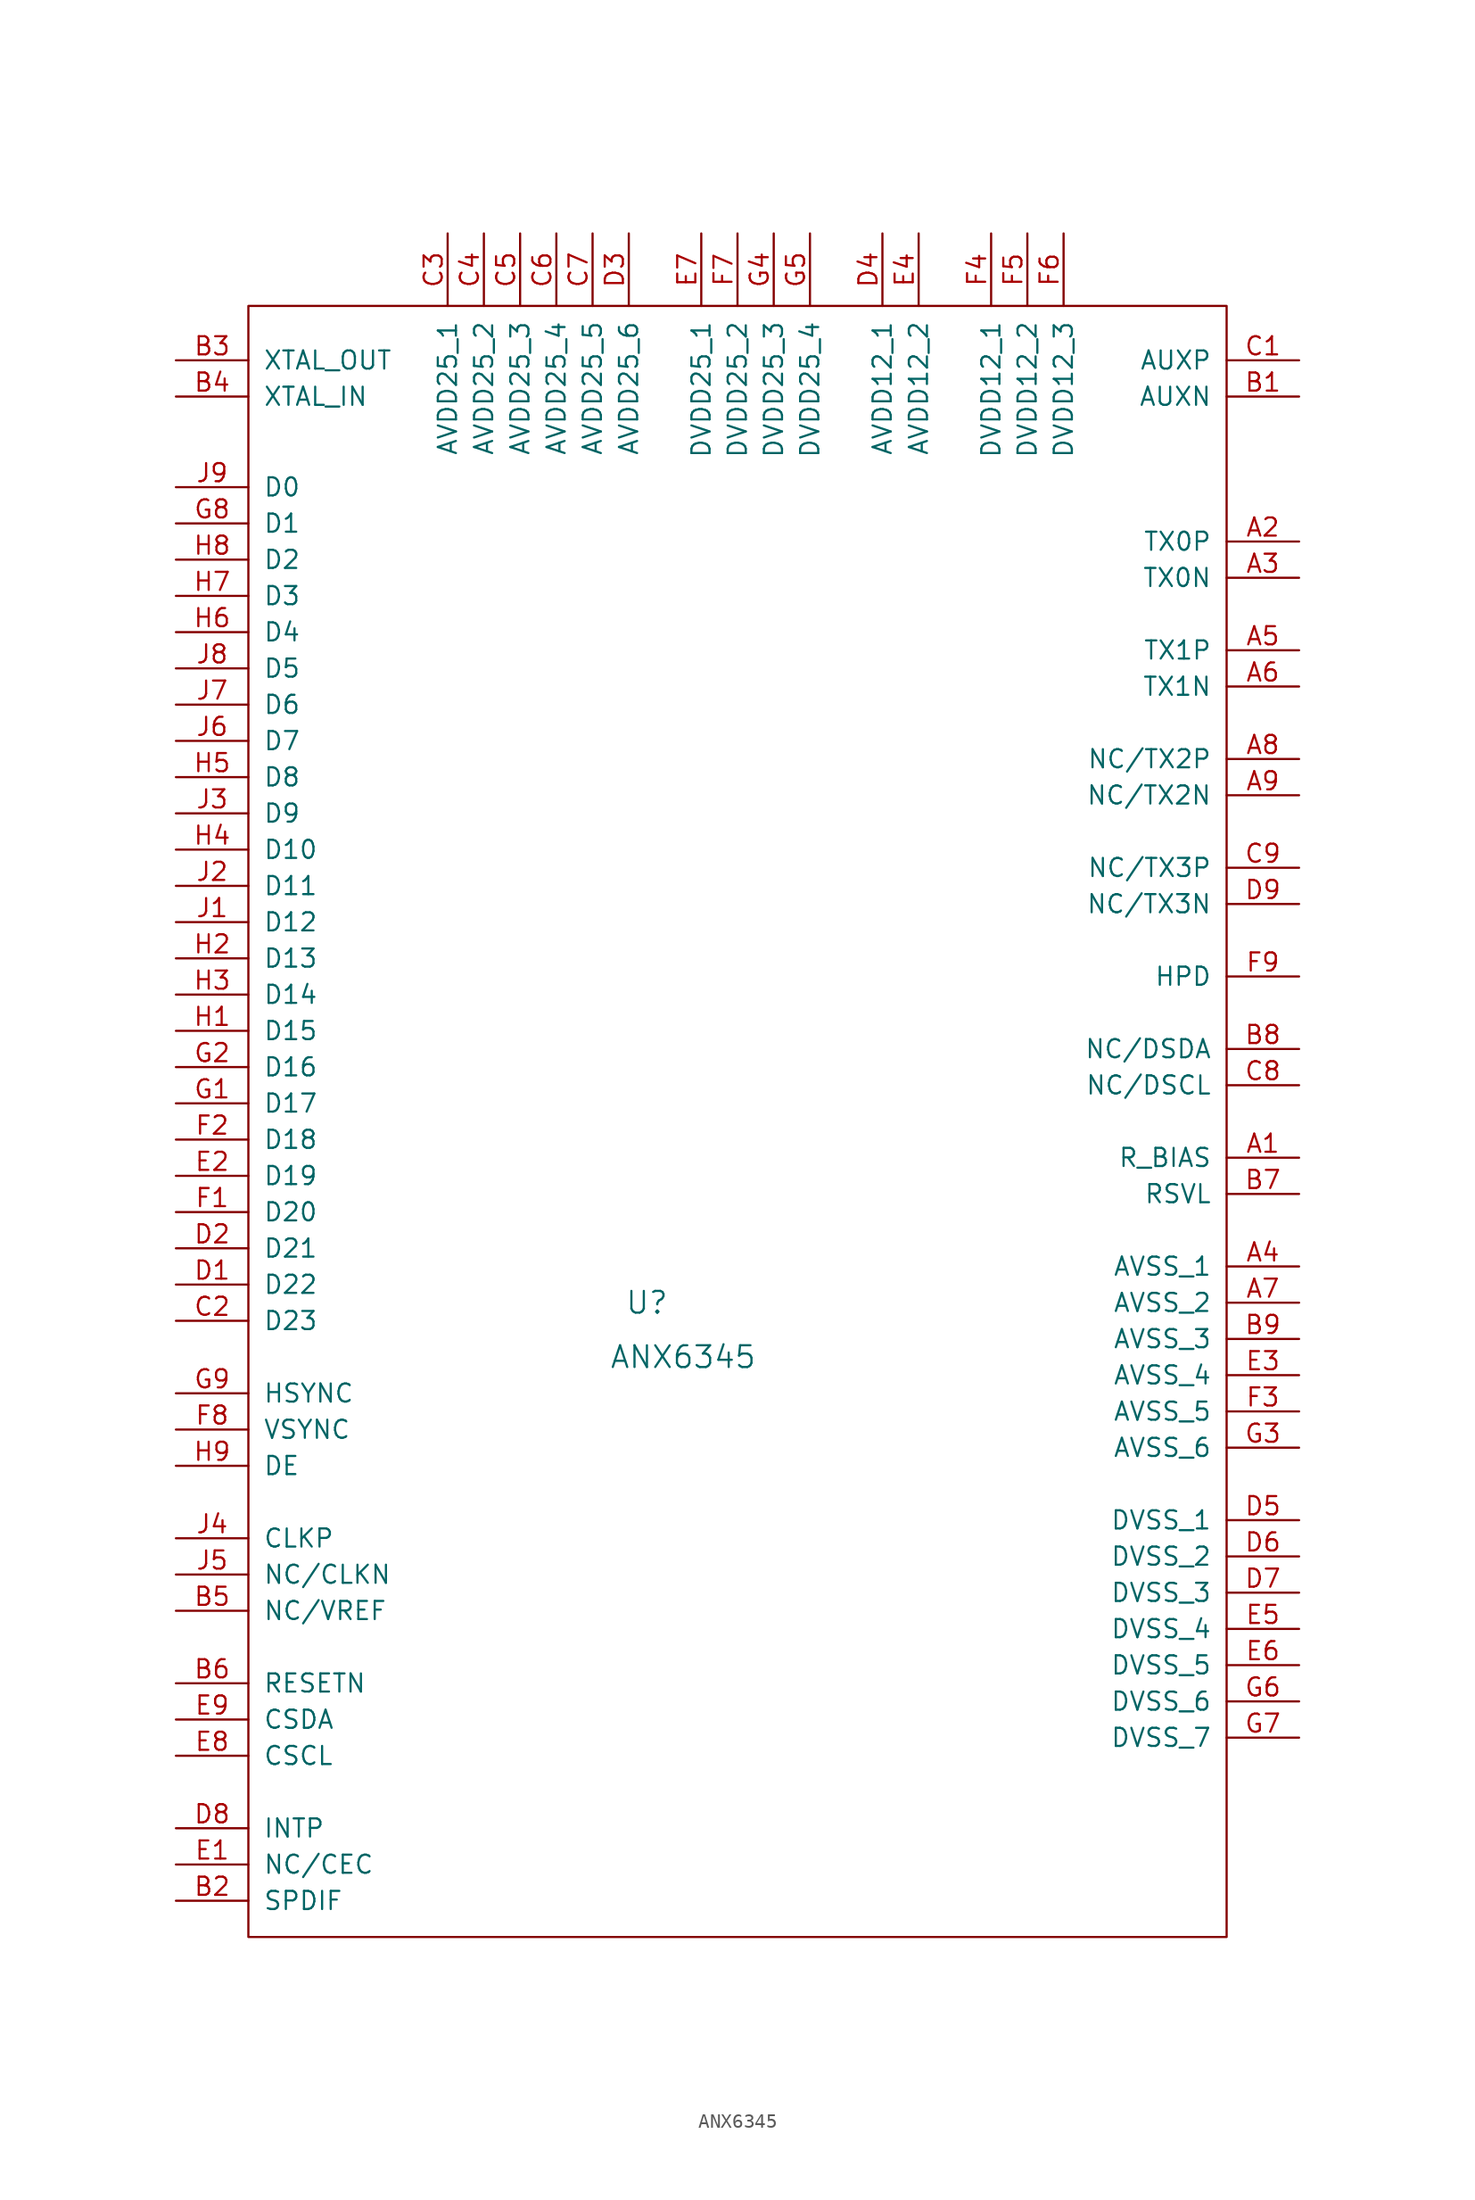
<source format=kicad_sym>
(kicad_symbol_lib
  (version 20220914)
  (generator kicad_symbol_editor)
  (symbol "ANX6345"
    (pin_names
      (offset 1.016))
    (property "Reference" "U"
      (at -6.35 -17.78 0)
      (effects (font (size 1.524 1.524))))
    (property "Value" "ANX6345"
      (at -3.81 -21.59 0)
      (effects (font (size 1.524 1.524))))
    (symbol "ANX6345_0_1"
      (rectangle (start -34.29 52.07) (end 34.29 -62.23) (stroke (width 0) (type solid)) (fill (type none))))
    (symbol "ANX6345_1_1"
      (pin bidirectional line (at 39.37 -7.62 180) (length 5.08) (name "R_BIAS" (effects (font (size 1.27 1.27)))) (number "A1" (effects (font (size 1.27 1.27)))))
      (pin output line (at 39.37 35.56 180) (length 5.08) (name "TX0P" (effects (font (size 1.27 1.27)))) (number "A2" (effects (font (size 1.27 1.27)))))
      (pin output line (at 39.37 33.02 180) (length 5.08) (name "TX0N" (effects (font (size 1.27 1.27)))) (number "A3" (effects (font (size 1.27 1.27)))))
      (pin power_in line (at 39.37 -15.24 180) (length 5.08) (name "AVSS_1" (effects (font (size 1.27 1.27)))) (number "A4" (effects (font (size 1.27 1.27)))))
      (pin output line (at 39.37 27.94 180) (length 5.08) (name "TX1P" (effects (font (size 1.27 1.27)))) (number "A5" (effects (font (size 1.27 1.27)))))
      (pin output line (at 39.37 25.4 180) (length 5.08) (name "TX1N" (effects (font (size 1.27 1.27)))) (number "A6" (effects (font (size 1.27 1.27)))))
      (pin power_in line (at 39.37 -17.78 180) (length 5.08) (name "AVSS_2" (effects (font (size 1.27 1.27)))) (number "A7" (effects (font (size 1.27 1.27)))))
      (pin output line (at 39.37 20.32 180) (length 5.08) (name "NC/TX2P" (effects (font (size 1.27 1.27)))) (number "A8" (effects (font (size 1.27 1.27)))))
      (pin output line (at 39.37 17.78 180) (length 5.08) (name "NC/TX2N" (effects (font (size 1.27 1.27)))) (number "A9" (effects (font (size 1.27 1.27)))))
      (pin bidirectional line (at 39.37 45.72 180) (length 5.08) (name "AUXN" (effects (font (size 1.27 1.27)))) (number "B1" (effects (font (size 1.27 1.27)))))
      (pin input line (at -39.37 -59.69 0) (length 5.08) (name "SPDIF" (effects (font (size 1.27 1.27)))) (number "B2" (effects (font (size 1.27 1.27)))))
      (pin output line (at -39.37 48.26 0) (length 5.08) (name "XTAL_OUT" (effects (font (size 1.27 1.27)))) (number "B3" (effects (font (size 1.27 1.27)))))
      (pin input line (at -39.37 45.72 0) (length 5.08) (name "XTAL_IN" (effects (font (size 1.27 1.27)))) (number "B4" (effects (font (size 1.27 1.27)))))
      (pin power_out line (at -39.37 -39.37 0) (length 5.08) (name "NC/VREF" (effects (font (size 1.27 1.27)))) (number "B5" (effects (font (size 1.27 1.27)))))
      (pin input line (at -39.37 -44.45 0) (length 5.08) (name "RESETN" (effects (font (size 1.27 1.27)))) (number "B6" (effects (font (size 1.27 1.27)))))
      (pin bidirectional line (at 39.37 -10.16 180) (length 5.08) (name "RSVL" (effects (font (size 1.27 1.27)))) (number "B7" (effects (font (size 1.27 1.27)))))
      (pin bidirectional line (at 39.37 0 180) (length 5.08) (name "NC/DSDA" (effects (font (size 1.27 1.27)))) (number "B8" (effects (font (size 1.27 1.27)))))
      (pin power_in line (at 39.37 -20.32 180) (length 5.08) (name "AVSS_3" (effects (font (size 1.27 1.27)))) (number "B9" (effects (font (size 1.27 1.27)))))
      (pin bidirectional line (at 39.37 48.26 180) (length 5.08) (name "AUXP" (effects (font (size 1.27 1.27)))) (number "C1" (effects (font (size 1.27 1.27)))))
      (pin input line (at -39.37 -19.05 0) (length 5.08) (name "D23" (effects (font (size 1.27 1.27)))) (number "C2" (effects (font (size 1.27 1.27)))))
      (pin power_in line (at -20.32 57.15 270) (length 5.08) (name "AVDD25_1" (effects (font (size 1.27 1.27)))) (number "C3" (effects (font (size 1.27 1.27)))))
      (pin power_in line (at -17.78 57.15 270) (length 5.08) (name "AVDD25_2" (effects (font (size 1.27 1.27)))) (number "C4" (effects (font (size 1.27 1.27)))))
      (pin power_in line (at -15.24 57.15 270) (length 5.08) (name "AVDD25_3" (effects (font (size 1.27 1.27)))) (number "C5" (effects (font (size 1.27 1.27)))))
      (pin power_in line (at -12.7 57.15 270) (length 5.08) (name "AVDD25_4" (effects (font (size 1.27 1.27)))) (number "C6" (effects (font (size 1.27 1.27)))))
      (pin power_in line (at -10.16 57.15 270) (length 5.08) (name "AVDD25_5" (effects (font (size 1.27 1.27)))) (number "C7" (effects (font (size 1.27 1.27)))))
      (pin bidirectional line (at 39.37 -2.54 180) (length 5.08) (name "NC/DSCL" (effects (font (size 1.27 1.27)))) (number "C8" (effects (font (size 1.27 1.27)))))
      (pin output line (at 39.37 12.7 180) (length 5.08) (name "NC/TX3P" (effects (font (size 1.27 1.27)))) (number "C9" (effects (font (size 1.27 1.27)))))
      (pin input line (at -39.37 -16.51 0) (length 5.08) (name "D22" (effects (font (size 1.27 1.27)))) (number "D1" (effects (font (size 1.27 1.27)))))
      (pin input line (at -39.37 -13.97 0) (length 5.08) (name "D21" (effects (font (size 1.27 1.27)))) (number "D2" (effects (font (size 1.27 1.27)))))
      (pin power_in line (at -7.62 57.15 270) (length 5.08) (name "AVDD25_6" (effects (font (size 1.27 1.27)))) (number "D3" (effects (font (size 1.27 1.27)))))
      (pin power_in line (at 10.16 57.15 270) (length 5.08) (name "AVDD12_1" (effects (font (size 1.27 1.27)))) (number "D4" (effects (font (size 1.27 1.27)))))
      (pin power_in line (at 39.37 -33.02 180) (length 5.08) (name "DVSS_1" (effects (font (size 1.27 1.27)))) (number "D5" (effects (font (size 1.27 1.27)))))
      (pin power_in line (at 39.37 -35.56 180) (length 5.08) (name "DVSS_2" (effects (font (size 1.27 1.27)))) (number "D6" (effects (font (size 1.27 1.27)))))
      (pin power_in line (at 39.37 -38.1 180) (length 5.08) (name "DVSS_3" (effects (font (size 1.27 1.27)))) (number "D7" (effects (font (size 1.27 1.27)))))
      (pin input line (at -39.37 -54.61 0) (length 5.08) (name "INTP" (effects (font (size 1.27 1.27)))) (number "D8" (effects (font (size 1.27 1.27)))))
      (pin output line (at 39.37 10.16 180) (length 5.08) (name "NC/TX3N" (effects (font (size 1.27 1.27)))) (number "D9" (effects (font (size 1.27 1.27)))))
      (pin input line (at -39.37 -57.15 0) (length 5.08) (name "NC/CEC" (effects (font (size 1.27 1.27)))) (number "E1" (effects (font (size 1.27 1.27)))))
      (pin input line (at -39.37 -8.89 0) (length 5.08) (name "D19" (effects (font (size 1.27 1.27)))) (number "E2" (effects (font (size 1.27 1.27)))))
      (pin power_in line (at 39.37 -22.86 180) (length 5.08) (name "AVSS_4" (effects (font (size 1.27 1.27)))) (number "E3" (effects (font (size 1.27 1.27)))))
      (pin power_in line (at 12.7 57.15 270) (length 5.08) (name "AVDD12_2" (effects (font (size 1.27 1.27)))) (number "E4" (effects (font (size 1.27 1.27)))))
      (pin power_in line (at 39.37 -40.64 180) (length 5.08) (name "DVSS_4" (effects (font (size 1.27 1.27)))) (number "E5" (effects (font (size 1.27 1.27)))))
      (pin power_in line (at 39.37 -43.18 180) (length 5.08) (name "DVSS_5" (effects (font (size 1.27 1.27)))) (number "E6" (effects (font (size 1.27 1.27)))))
      (pin power_in line (at -2.54 57.15 270) (length 5.08) (name "DVDD25_1" (effects (font (size 1.27 1.27)))) (number "E7" (effects (font (size 1.27 1.27)))))
      (pin input line (at -39.37 -49.53 0) (length 5.08) (name "CSCL" (effects (font (size 1.27 1.27)))) (number "E8" (effects (font (size 1.27 1.27)))))
      (pin input line (at -39.37 -46.99 0) (length 5.08) (name "CSDA" (effects (font (size 1.27 1.27)))) (number "E9" (effects (font (size 1.27 1.27)))))
      (pin input line (at -39.37 -11.43 0) (length 5.08) (name "D20" (effects (font (size 1.27 1.27)))) (number "F1" (effects (font (size 1.27 1.27)))))
      (pin input line (at -39.37 -6.35 0) (length 5.08) (name "D18" (effects (font (size 1.27 1.27)))) (number "F2" (effects (font (size 1.27 1.27)))))
      (pin power_in line (at 39.37 -25.4 180) (length 5.08) (name "AVSS_5" (effects (font (size 1.27 1.27)))) (number "F3" (effects (font (size 1.27 1.27)))))
      (pin power_in line (at 17.78 57.15 270) (length 5.08) (name "DVDD12_1" (effects (font (size 1.27 1.27)))) (number "F4" (effects (font (size 1.27 1.27)))))
      (pin power_in line (at 20.32 57.15 270) (length 5.08) (name "DVDD12_2" (effects (font (size 1.27 1.27)))) (number "F5" (effects (font (size 1.27 1.27)))))
      (pin power_in line (at 22.86 57.15 270) (length 5.08) (name "DVDD12_3" (effects (font (size 1.27 1.27)))) (number "F6" (effects (font (size 1.27 1.27)))))
      (pin power_in line (at 0 57.15 270) (length 5.08) (name "DVDD25_2" (effects (font (size 1.27 1.27)))) (number "F7" (effects (font (size 1.27 1.27)))))
      (pin input line (at -39.37 -26.67 0) (length 5.08) (name "VSYNC" (effects (font (size 1.27 1.27)))) (number "F8" (effects (font (size 1.27 1.27)))))
      (pin input line (at 39.37 5.08 180) (length 5.08) (name "HPD" (effects (font (size 1.27 1.27)))) (number "F9" (effects (font (size 1.27 1.27)))))
      (pin input line (at -39.37 -3.81 0) (length 5.08) (name "D17" (effects (font (size 1.27 1.27)))) (number "G1" (effects (font (size 1.27 1.27)))))
      (pin input line (at -39.37 -1.27 0) (length 5.08) (name "D16" (effects (font (size 1.27 1.27)))) (number "G2" (effects (font (size 1.27 1.27)))))
      (pin power_in line (at 39.37 -27.94 180) (length 5.08) (name "AVSS_6" (effects (font (size 1.27 1.27)))) (number "G3" (effects (font (size 1.27 1.27)))))
      (pin power_in line (at 2.54 57.15 270) (length 5.08) (name "DVDD25_3" (effects (font (size 1.27 1.27)))) (number "G4" (effects (font (size 1.27 1.27)))))
      (pin power_in line (at 5.08 57.15 270) (length 5.08) (name "DVDD25_4" (effects (font (size 1.27 1.27)))) (number "G5" (effects (font (size 1.27 1.27)))))
      (pin power_in line (at 39.37 -45.72 180) (length 5.08) (name "DVSS_6" (effects (font (size 1.27 1.27)))) (number "G6" (effects (font (size 1.27 1.27)))))
      (pin power_in line (at 39.37 -48.26 180) (length 5.08) (name "DVSS_7" (effects (font (size 1.27 1.27)))) (number "G7" (effects (font (size 1.27 1.27)))))
      (pin input line (at -39.37 36.83 0) (length 5.08) (name "D1" (effects (font (size 1.27 1.27)))) (number "G8" (effects (font (size 1.27 1.27)))))
      (pin input line (at -39.37 -24.13 0) (length 5.08) (name "HSYNC" (effects (font (size 1.27 1.27)))) (number "G9" (effects (font (size 1.27 1.27)))))
      (pin input line (at -39.37 1.27 0) (length 5.08) (name "D15" (effects (font (size 1.27 1.27)))) (number "H1" (effects (font (size 1.27 1.27)))))
      (pin input line (at -39.37 6.35 0) (length 5.08) (name "D13" (effects (font (size 1.27 1.27)))) (number "H2" (effects (font (size 1.27 1.27)))))
      (pin input line (at -39.37 3.81 0) (length 5.08) (name "D14" (effects (font (size 1.27 1.27)))) (number "H3" (effects (font (size 1.27 1.27)))))
      (pin input line (at -39.37 13.97 0) (length 5.08) (name "D10" (effects (font (size 1.27 1.27)))) (number "H4" (effects (font (size 1.27 1.27)))))
      (pin input line (at -39.37 19.05 0) (length 5.08) (name "D8" (effects (font (size 1.27 1.27)))) (number "H5" (effects (font (size 1.27 1.27)))))
      (pin input line (at -39.37 29.21 0) (length 5.08) (name "D4" (effects (font (size 1.27 1.27)))) (number "H6" (effects (font (size 1.27 1.27)))))
      (pin input line (at -39.37 31.75 0) (length 5.08) (name "D3" (effects (font (size 1.27 1.27)))) (number "H7" (effects (font (size 1.27 1.27)))))
      (pin input line (at -39.37 34.29 0) (length 5.08) (name "D2" (effects (font (size 1.27 1.27)))) (number "H8" (effects (font (size 1.27 1.27)))))
      (pin input line (at -39.37 -29.21 0) (length 5.08) (name "DE" (effects (font (size 1.27 1.27)))) (number "H9" (effects (font (size 1.27 1.27)))))
      (pin input line (at -39.37 8.89 0) (length 5.08) (name "D12" (effects (font (size 1.27 1.27)))) (number "J1" (effects (font (size 1.27 1.27)))))
      (pin input line (at -39.37 11.43 0) (length 5.08) (name "D11" (effects (font (size 1.27 1.27)))) (number "J2" (effects (font (size 1.27 1.27)))))
      (pin input line (at -39.37 16.51 0) (length 5.08) (name "D9" (effects (font (size 1.27 1.27)))) (number "J3" (effects (font (size 1.27 1.27)))))
      (pin input line (at -39.37 -34.29 0) (length 5.08) (name "CLKP" (effects (font (size 1.27 1.27)))) (number "J4" (effects (font (size 1.27 1.27)))))
      (pin input line (at -39.37 -36.83 0) (length 5.08) (name "NC/CLKN" (effects (font (size 1.27 1.27)))) (number "J5" (effects (font (size 1.27 1.27)))))
      (pin input line (at -39.37 21.59 0) (length 5.08) (name "D7" (effects (font (size 1.27 1.27)))) (number "J6" (effects (font (size 1.27 1.27)))))
      (pin input line (at -39.37 24.13 0) (length 5.08) (name "D6" (effects (font (size 1.27 1.27)))) (number "J7" (effects (font (size 1.27 1.27)))))
      (pin input line (at -39.37 26.67 0) (length 5.08) (name "D5" (effects (font (size 1.27 1.27)))) (number "J8" (effects (font (size 1.27 1.27)))))
      (pin input line (at -39.37 39.37 0) (length 5.08) (name "D0" (effects (font (size 1.27 1.27)))) (number "J9" (effects (font (size 1.27 1.27))))))))
</source>
